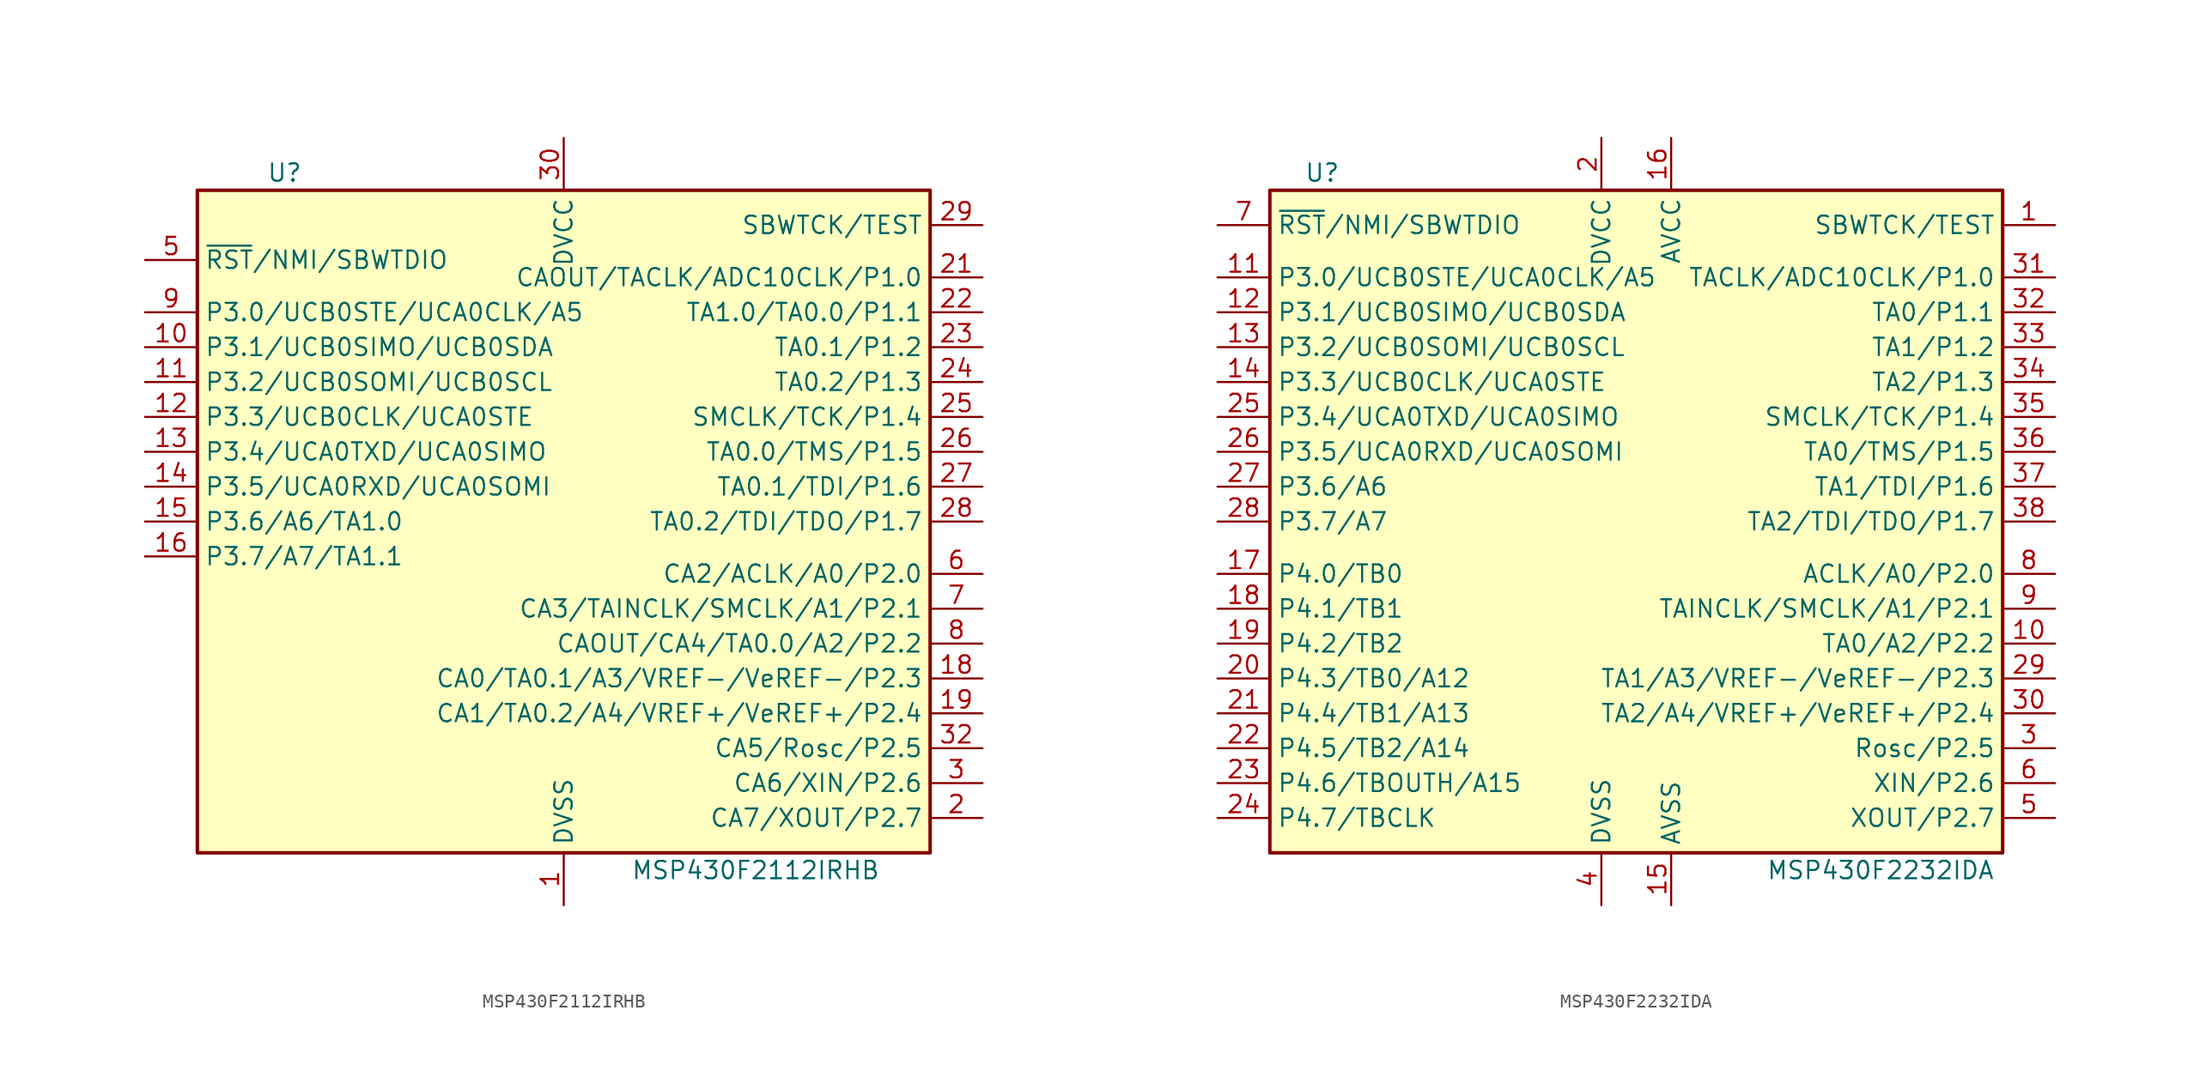
<source format=kicad_sym>
(kicad_symbol_lib
  (version 20241209)
  (generator "kicad_symbol_editor")
  (generator_version "9.0")
  (symbol "MSP430F2112IRHB"
    (property "Reference" "U"
      (at -20.32 25.4 0)
      (effects (font (size 1.27 1.27))))
    (property "Value" "MSP430F2112IRHB"
      (at 13.97 -25.4 0)
      (effects (font (size 1.27 1.27))))
    (symbol "MSP430F2112IRHB_0_1"
      (rectangle (start -26.67 24.13) (end 26.67 -24.13) (stroke (width 0.254) (type default)) (fill (type background))))
    (symbol "MSP430F2112IRHB_1_1"
      (pin bidirectional line (at -30.48 19.05 0) (length 3.81) (name "~{RST}/NMI/SBWTDIO" (effects (font (size 1.27 1.27)))) (number "5" (effects (font (size 1.27 1.27)))))
      (pin bidirectional line (at -30.48 15.24 0) (length 3.81) (name "P3.0/UCB0STE/UCA0CLK/A5" (effects (font (size 1.27 1.27)))) (number "9" (effects (font (size 1.27 1.27)))))
      (pin bidirectional line (at -30.48 12.7 0) (length 3.81) (name "P3.1/UCB0SIMO/UCB0SDA" (effects (font (size 1.27 1.27)))) (number "10" (effects (font (size 1.27 1.27)))))
      (pin bidirectional line (at -30.48 10.16 0) (length 3.81) (name "P3.2/UCB0SOMI/UCB0SCL" (effects (font (size 1.27 1.27)))) (number "11" (effects (font (size 1.27 1.27)))))
      (pin bidirectional line (at -30.48 7.62 0) (length 3.81) (name "P3.3/UCB0CLK/UCA0STE" (effects (font (size 1.27 1.27)))) (number "12" (effects (font (size 1.27 1.27)))))
      (pin bidirectional line (at -30.48 5.08 0) (length 3.81) (name "P3.4/UCA0TXD/UCA0SIMO" (effects (font (size 1.27 1.27)))) (number "13" (effects (font (size 1.27 1.27)))))
      (pin bidirectional line (at -30.48 2.54 0) (length 3.81) (name "P3.5/UCA0RXD/UCA0SOMI" (effects (font (size 1.27 1.27)))) (number "14" (effects (font (size 1.27 1.27)))))
      (pin bidirectional line (at -30.48 0 0) (length 3.81) (name "P3.6/A6/TA1.0" (effects (font (size 1.27 1.27)))) (number "15" (effects (font (size 1.27 1.27)))))
      (pin bidirectional line (at -30.48 -2.54 0) (length 3.81) (name "P3.7/A7/TA1.1" (effects (font (size 1.27 1.27)))) (number "16" (effects (font (size 1.27 1.27)))))
      (pin power_in line (at 0 27.94 270) (length 3.81) (name "DVCC" (effects (font (size 1.27 1.27)))) (number "30" (effects (font (size 1.27 1.27)))))
      (pin power_in line (at 0 -27.94 90) (length 3.81) (name "DVSS" (effects (font (size 1.27 1.27)))) (number "1" (effects (font (size 1.27 1.27)))))
      (pin input line (at 30.48 21.59 180) (length 3.81) (name "SBWTCK/TEST" (effects (font (size 1.27 1.27)))) (number "29" (effects (font (size 1.27 1.27)))))
      (pin bidirectional line (at 30.48 17.78 180) (length 3.81) (name "CAOUT/TACLK/ADC10CLK/P1.0" (effects (font (size 1.27 1.27)))) (number "21" (effects (font (size 1.27 1.27)))))
      (pin bidirectional line (at 30.48 15.24 180) (length 3.81) (name "TA1.0/TA0.0/P1.1" (effects (font (size 1.27 1.27)))) (number "22" (effects (font (size 1.27 1.27)))))
      (pin bidirectional line (at 30.48 12.7 180) (length 3.81) (name "TA0.1/P1.2" (effects (font (size 1.27 1.27)))) (number "23" (effects (font (size 1.27 1.27)))))
      (pin bidirectional line (at 30.48 10.16 180) (length 3.81) (name "TA0.2/P1.3" (effects (font (size 1.27 1.27)))) (number "24" (effects (font (size 1.27 1.27)))))
      (pin bidirectional line (at 30.48 7.62 180) (length 3.81) (name "SMCLK/TCK/P1.4" (effects (font (size 1.27 1.27)))) (number "25" (effects (font (size 1.27 1.27)))))
      (pin bidirectional line (at 30.48 5.08 180) (length 3.81) (name "TA0.0/TMS/P1.5" (effects (font (size 1.27 1.27)))) (number "26" (effects (font (size 1.27 1.27)))))
      (pin bidirectional line (at 30.48 2.54 180) (length 3.81) (name "TA0.1/TDI/P1.6" (effects (font (size 1.27 1.27)))) (number "27" (effects (font (size 1.27 1.27)))))
      (pin bidirectional line (at 30.48 0 180) (length 3.81) (name "TA0.2/TDI/TDO/P1.7" (effects (font (size 1.27 1.27)))) (number "28" (effects (font (size 1.27 1.27)))))
      (pin bidirectional line (at 30.48 -3.81 180) (length 3.81) (name "CA2/ACLK/A0/P2.0" (effects (font (size 1.27 1.27)))) (number "6" (effects (font (size 1.27 1.27)))))
      (pin bidirectional line (at 30.48 -6.35 180) (length 3.81) (name "CA3/TAINCLK/SMCLK/A1/P2.1" (effects (font (size 1.27 1.27)))) (number "7" (effects (font (size 1.27 1.27)))))
      (pin bidirectional line (at 30.48 -8.89 180) (length 3.81) (name "CAOUT/CA4/TA0.0/A2/P2.2" (effects (font (size 1.27 1.27)))) (number "8" (effects (font (size 1.27 1.27)))))
      (pin bidirectional line (at 30.48 -11.43 180) (length 3.81) (name "CA0/TA0.1/A3/VREF-/VeREF-/P2.3" (effects (font (size 1.27 1.27)))) (number "18" (effects (font (size 1.27 1.27)))))
      (pin bidirectional line (at 30.48 -13.97 180) (length 3.81) (name "CA1/TA0.2/A4/VREF+/VeREF+/P2.4" (effects (font (size 1.27 1.27)))) (number "19" (effects (font (size 1.27 1.27)))))
      (pin bidirectional line (at 30.48 -16.51 180) (length 3.81) (name "CA5/Rosc/P2.5" (effects (font (size 1.27 1.27)))) (number "32" (effects (font (size 1.27 1.27)))))
      (pin bidirectional line (at 30.48 -19.05 180) (length 3.81) (name "CA6/XIN/P2.6" (effects (font (size 1.27 1.27)))) (number "3" (effects (font (size 1.27 1.27)))))
      (pin bidirectional line (at 30.48 -21.59 180) (length 3.81) (name "CA7/XOUT/P2.7" (effects (font (size 1.27 1.27)))) (number "2" (effects (font (size 1.27 1.27)))))))
  (symbol "MSP430F2232IDA"
    (property "Reference" "U"
      (at -22.86 25.4 0)
      (effects (font (size 1.27 1.27))))
    (property "Value" "MSP430F2232IDA"
      (at 17.78 -25.4 0)
      (effects (font (size 1.27 1.27))))
    (symbol "MSP430F2232IDA_0_1"
      (rectangle (start -26.67 24.13) (end 26.67 -24.13) (stroke (width 0.254) (type default)) (fill (type background))))
    (symbol "MSP430F2232IDA_1_1"
      (pin bidirectional line (at -30.48 21.59 0) (length 3.81) (name "~{RST}/NMI/SBWTDIO" (effects (font (size 1.27 1.27)))) (number "7" (effects (font (size 1.27 1.27)))))
      (pin bidirectional line (at -30.48 17.78 0) (length 3.81) (name "P3.0/UCB0STE/UCA0CLK/A5" (effects (font (size 1.27 1.27)))) (number "11" (effects (font (size 1.27 1.27)))))
      (pin bidirectional line (at -30.48 15.24 0) (length 3.81) (name "P3.1/UCB0SIMO/UCB0SDA" (effects (font (size 1.27 1.27)))) (number "12" (effects (font (size 1.27 1.27)))))
      (pin bidirectional line (at -30.48 12.7 0) (length 3.81) (name "P3.2/UCB0SOMI/UCB0SCL" (effects (font (size 1.27 1.27)))) (number "13" (effects (font (size 1.27 1.27)))))
      (pin bidirectional line (at -30.48 10.16 0) (length 3.81) (name "P3.3/UCB0CLK/UCA0STE" (effects (font (size 1.27 1.27)))) (number "14" (effects (font (size 1.27 1.27)))))
      (pin bidirectional line (at -30.48 7.62 0) (length 3.81) (name "P3.4/UCA0TXD/UCA0SIMO" (effects (font (size 1.27 1.27)))) (number "25" (effects (font (size 1.27 1.27)))))
      (pin bidirectional line (at -30.48 5.08 0) (length 3.81) (name "P3.5/UCA0RXD/UCA0SOMI" (effects (font (size 1.27 1.27)))) (number "26" (effects (font (size 1.27 1.27)))))
      (pin bidirectional line (at -30.48 2.54 0) (length 3.81) (name "P3.6/A6" (effects (font (size 1.27 1.27)))) (number "27" (effects (font (size 1.27 1.27)))))
      (pin bidirectional line (at -30.48 0 0) (length 3.81) (name "P3.7/A7" (effects (font (size 1.27 1.27)))) (number "28" (effects (font (size 1.27 1.27)))))
      (pin bidirectional line (at -30.48 -3.81 0) (length 3.81) (name "P4.0/TB0" (effects (font (size 1.27 1.27)))) (number "17" (effects (font (size 1.27 1.27)))))
      (pin bidirectional line (at -30.48 -6.35 0) (length 3.81) (name "P4.1/TB1" (effects (font (size 1.27 1.27)))) (number "18" (effects (font (size 1.27 1.27)))))
      (pin bidirectional line (at -30.48 -8.89 0) (length 3.81) (name "P4.2/TB2" (effects (font (size 1.27 1.27)))) (number "19" (effects (font (size 1.27 1.27)))))
      (pin bidirectional line (at -30.48 -11.43 0) (length 3.81) (name "P4.3/TB0/A12" (effects (font (size 1.27 1.27)))) (number "20" (effects (font (size 1.27 1.27)))))
      (pin bidirectional line (at -30.48 -13.97 0) (length 3.81) (name "P4.4/TB1/A13" (effects (font (size 1.27 1.27)))) (number "21" (effects (font (size 1.27 1.27)))))
      (pin bidirectional line (at -30.48 -16.51 0) (length 3.81) (name "P4.5/TB2/A14" (effects (font (size 1.27 1.27)))) (number "22" (effects (font (size 1.27 1.27)))))
      (pin bidirectional line (at -30.48 -19.05 0) (length 3.81) (name "P4.6/TBOUTH/A15" (effects (font (size 1.27 1.27)))) (number "23" (effects (font (size 1.27 1.27)))))
      (pin bidirectional line (at -30.48 -21.59 0) (length 3.81) (name "P4.7/TBCLK" (effects (font (size 1.27 1.27)))) (number "24" (effects (font (size 1.27 1.27)))))
      (pin power_in line (at -2.54 27.94 270) (length 3.81) (name "DVCC" (effects (font (size 1.27 1.27)))) (number "2" (effects (font (size 1.27 1.27)))))
      (pin power_in line (at -2.54 -27.94 90) (length 3.81) (name "DVSS" (effects (font (size 1.27 1.27)))) (number "4" (effects (font (size 1.27 1.27)))))
      (pin power_in line (at 2.54 27.94 270) (length 3.81) (name "AVCC" (effects (font (size 1.27 1.27)))) (number "16" (effects (font (size 1.27 1.27)))))
      (pin power_in line (at 2.54 -27.94 90) (length 3.81) (name "AVSS" (effects (font (size 1.27 1.27)))) (number "15" (effects (font (size 1.27 1.27)))))
      (pin input line (at 30.48 21.59 180) (length 3.81) (name "SBWTCK/TEST" (effects (font (size 1.27 1.27)))) (number "1" (effects (font (size 1.27 1.27)))))
      (pin bidirectional line (at 30.48 17.78 180) (length 3.81) (name "TACLK/ADC10CLK/P1.0" (effects (font (size 1.27 1.27)))) (number "31" (effects (font (size 1.27 1.27)))))
      (pin bidirectional line (at 30.48 15.24 180) (length 3.81) (name "TA0/P1.1" (effects (font (size 1.27 1.27)))) (number "32" (effects (font (size 1.27 1.27)))))
      (pin bidirectional line (at 30.48 12.7 180) (length 3.81) (name "TA1/P1.2" (effects (font (size 1.27 1.27)))) (number "33" (effects (font (size 1.27 1.27)))))
      (pin bidirectional line (at 30.48 10.16 180) (length 3.81) (name "TA2/P1.3" (effects (font (size 1.27 1.27)))) (number "34" (effects (font (size 1.27 1.27)))))
      (pin bidirectional line (at 30.48 7.62 180) (length 3.81) (name "SMCLK/TCK/P1.4" (effects (font (size 1.27 1.27)))) (number "35" (effects (font (size 1.27 1.27)))))
      (pin bidirectional line (at 30.48 5.08 180) (length 3.81) (name "TA0/TMS/P1.5" (effects (font (size 1.27 1.27)))) (number "36" (effects (font (size 1.27 1.27)))))
      (pin bidirectional line (at 30.48 2.54 180) (length 3.81) (name "TA1/TDI/P1.6" (effects (font (size 1.27 1.27)))) (number "37" (effects (font (size 1.27 1.27)))))
      (pin bidirectional line (at 30.48 0 180) (length 3.81) (name "TA2/TDI/TDO/P1.7" (effects (font (size 1.27 1.27)))) (number "38" (effects (font (size 1.27 1.27)))))
      (pin bidirectional line (at 30.48 -3.81 180) (length 3.81) (name "ACLK/A0/P2.0" (effects (font (size 1.27 1.27)))) (number "8" (effects (font (size 1.27 1.27)))))
      (pin bidirectional line (at 30.48 -6.35 180) (length 3.81) (name "TAINCLK/SMCLK/A1/P2.1" (effects (font (size 1.27 1.27)))) (number "9" (effects (font (size 1.27 1.27)))))
      (pin bidirectional line (at 30.48 -8.89 180) (length 3.81) (name "TA0/A2/P2.2" (effects (font (size 1.27 1.27)))) (number "10" (effects (font (size 1.27 1.27)))))
      (pin bidirectional line (at 30.48 -11.43 180) (length 3.81) (name "TA1/A3/VREF-/VeREF-/P2.3" (effects (font (size 1.27 1.27)))) (number "29" (effects (font (size 1.27 1.27)))))
      (pin bidirectional line (at 30.48 -13.97 180) (length 3.81) (name "TA2/A4/VREF+/VeREF+/P2.4" (effects (font (size 1.27 1.27)))) (number "30" (effects (font (size 1.27 1.27)))))
      (pin bidirectional line (at 30.48 -16.51 180) (length 3.81) (name "Rosc/P2.5" (effects (font (size 1.27 1.27)))) (number "3" (effects (font (size 1.27 1.27)))))
      (pin bidirectional line (at 30.48 -19.05 180) (length 3.81) (name "XIN/P2.6" (effects (font (size 1.27 1.27)))) (number "6" (effects (font (size 1.27 1.27)))))
      (pin bidirectional line (at 30.48 -21.59 180) (length 3.81) (name "XOUT/P2.7" (effects (font (size 1.27 1.27)))) (number "5" (effects (font (size 1.27 1.27))))))))
</source>
